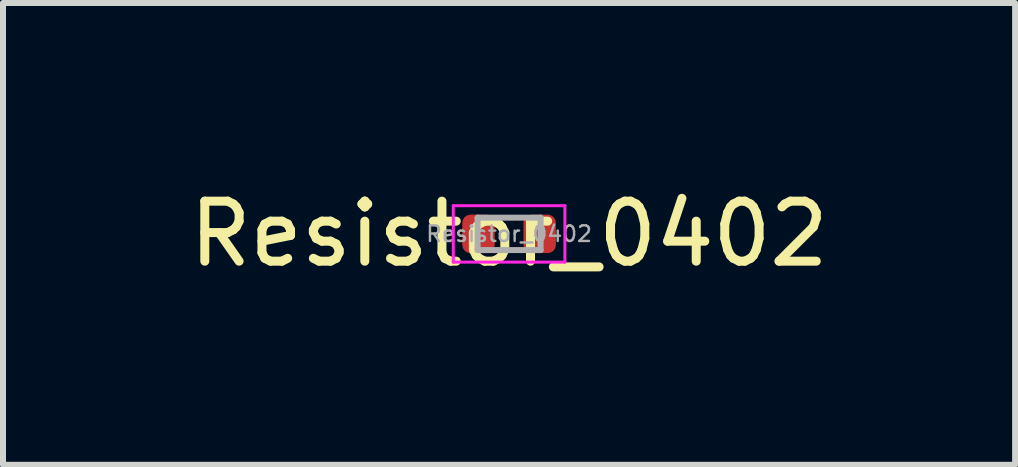
<source format=kicad_pcb>
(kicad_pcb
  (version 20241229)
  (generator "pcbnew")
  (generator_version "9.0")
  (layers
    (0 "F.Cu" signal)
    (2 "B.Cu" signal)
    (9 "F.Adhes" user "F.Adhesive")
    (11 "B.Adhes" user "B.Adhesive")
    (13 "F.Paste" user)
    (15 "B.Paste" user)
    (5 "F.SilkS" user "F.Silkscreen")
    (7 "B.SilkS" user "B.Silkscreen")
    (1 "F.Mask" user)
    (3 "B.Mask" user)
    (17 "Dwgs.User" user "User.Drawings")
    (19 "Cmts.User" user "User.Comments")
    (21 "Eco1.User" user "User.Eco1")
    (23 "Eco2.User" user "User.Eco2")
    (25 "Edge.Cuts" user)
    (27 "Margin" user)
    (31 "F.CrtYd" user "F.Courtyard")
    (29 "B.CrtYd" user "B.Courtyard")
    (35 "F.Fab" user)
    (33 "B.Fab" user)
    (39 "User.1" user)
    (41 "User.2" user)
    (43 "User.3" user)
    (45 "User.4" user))
  (footprint "Resistor_0402"
    (layer "F.Cu")
    (at 5.435 0.848)
    (property "Reference" "Resistor_0402" (at 0 0 0) (layer "F.SilkS") (effects (font (size 1 1) (thickness 0.15))))
    (attr smd)
    (fp_line (start -0.93 -0.47) (end 0.93 -0.47) (stroke (width 0.05) (type solid)) (layer "F.CrtYd"))
    (fp_line (start -0.93 0.47) (end -0.93 -0.47) (stroke (width 0.05) (type solid)) (layer "F.CrtYd"))
    (fp_line (start 0.93 -0.47) (end 0.93 0.47) (stroke (width 0.05) (type solid)) (layer "F.CrtYd"))
    (fp_line (start 0.93 0.47) (end -0.93 0.47) (stroke (width 0.05) (type solid)) (layer "F.CrtYd"))
    (fp_line (start -0.525 -0.27) (end 0.525 -0.27) (stroke (width 0.1) (type solid)) (layer "F.Fab"))
    (fp_line (start -0.525 0.27) (end -0.525 -0.27) (stroke (width 0.1) (type solid)) (layer "F.Fab"))
    (fp_line (start 0.525 -0.27) (end 0.525 0.27) (stroke (width 0.1) (type solid)) (layer "F.Fab"))
    (fp_line (start 0.525 0.27) (end -0.525 0.27) (stroke (width 0.1) (type solid)) (layer "F.Fab"))
    (fp_text user "${REFERENCE}" (at 0 0 0) (layer "F.Fab") (effects (font (size 0.26 0.26) (thickness 0.04))))
    (pad "1" smd roundrect (at -0.51 0) (size 0.54 0.64) (layers "F.Cu" "F.Mask" "F.Paste") (roundrect_rratio 0.25))
    (pad "2" smd roundrect (at 0.51 0) (size 0.54 0.64) (layers "F.Cu" "F.Mask" "F.Paste") (roundrect_rratio 0.25)))
  (gr_rect
    (start -3 -3)
    (end 13.869 4.697)
    (stroke (width 0.1) (type default))
    (fill no)
    (layer "Edge.Cuts")))
</source>
